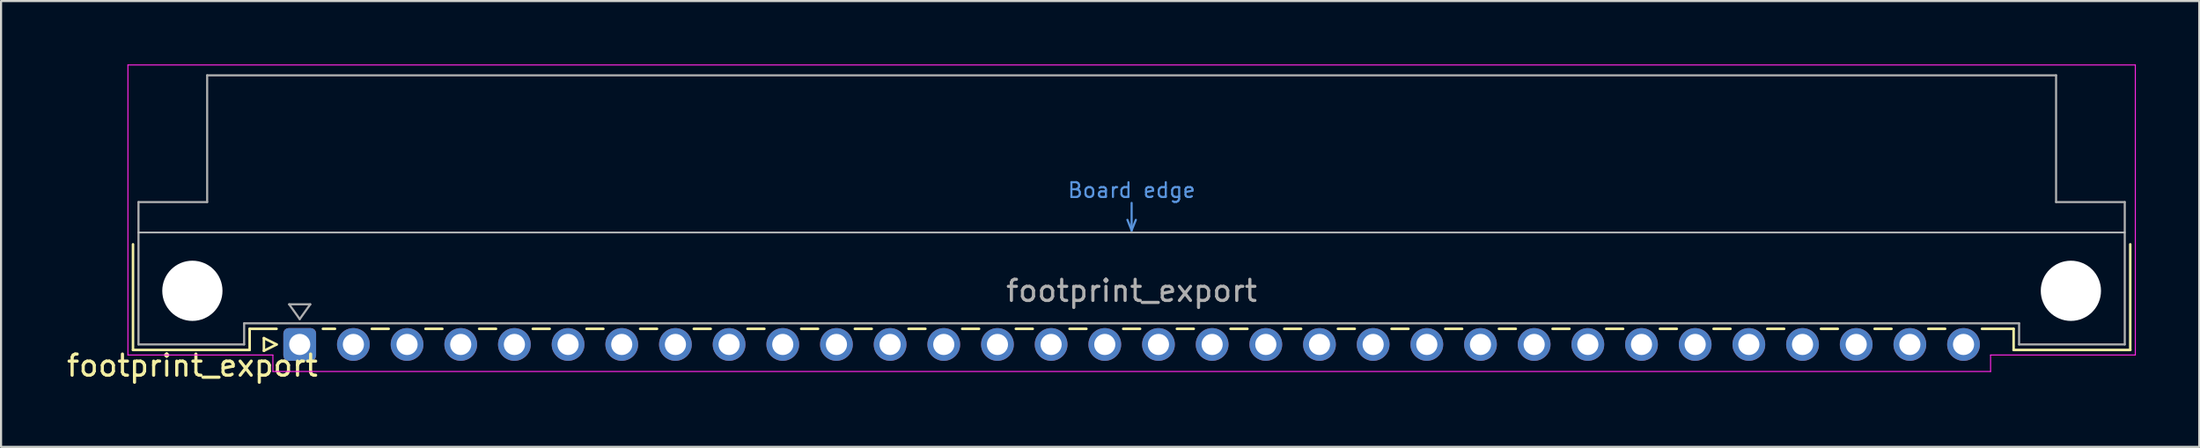
<source format=kicad_pcb>
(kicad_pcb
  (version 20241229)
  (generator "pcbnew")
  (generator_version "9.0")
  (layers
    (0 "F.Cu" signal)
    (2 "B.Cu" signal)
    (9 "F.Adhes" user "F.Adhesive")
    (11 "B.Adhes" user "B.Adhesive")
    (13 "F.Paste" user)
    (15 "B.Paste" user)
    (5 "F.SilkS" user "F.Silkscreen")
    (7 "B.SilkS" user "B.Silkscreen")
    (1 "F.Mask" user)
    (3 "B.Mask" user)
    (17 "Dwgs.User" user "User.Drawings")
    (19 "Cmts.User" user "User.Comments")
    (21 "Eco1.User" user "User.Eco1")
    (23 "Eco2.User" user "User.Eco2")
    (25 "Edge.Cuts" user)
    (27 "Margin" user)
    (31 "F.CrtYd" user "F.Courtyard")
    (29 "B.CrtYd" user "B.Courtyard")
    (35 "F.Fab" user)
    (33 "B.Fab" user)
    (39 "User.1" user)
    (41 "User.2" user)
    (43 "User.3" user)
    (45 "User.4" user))
  (footprint "footprint_export"
    (layer "F.Cu")
    (at 11.134 13.255)
    (property "Reference" "footprint_export" (at -5.08 1 0) (layer "F.SilkS") (effects (font (size 1 1) (thickness 0.15))))
    (attr through_hole)
    (fp_line (start -7.89 -4.74) (end -7.89 0.26) (stroke (width 0.12) (type solid)) (layer "F.SilkS"))
    (fp_line (start -7.89 0.26) (end -2.37 0.26) (stroke (width 0.12) (type solid)) (layer "F.SilkS"))
    (fp_line (start -2.371 -0.74) (end -1.095 -0.74) (stroke (width 0.12) (type solid)) (layer "F.SilkS"))
    (fp_line (start -2.37 0.26) (end -2.37 -0.74) (stroke (width 0.12) (type solid)) (layer "F.SilkS"))
    (fp_line (start -1.695 -0.3) (end -1.695 0.3) (stroke (width 0.12) (type solid)) (layer "F.SilkS"))
    (fp_line (start -1.695 0.3) (end -1.095 0) (stroke (width 0.12) (type solid)) (layer "F.SilkS"))
    (fp_line (start -1.095 0) (end -1.695 -0.3) (stroke (width 0.12) (type solid)) (layer "F.SilkS"))
    (fp_line (start 1.095 -0.74) (end 1.671 -0.74) (stroke (width 0.12) (type solid)) (layer "F.SilkS"))
    (fp_line (start 3.41 -0.74) (end 4.211 -0.74) (stroke (width 0.12) (type solid)) (layer "F.SilkS"))
    (fp_line (start 5.95 -0.74) (end 6.751 -0.74) (stroke (width 0.12) (type solid)) (layer "F.SilkS"))
    (fp_line (start 8.49 -0.74) (end 9.291 -0.74) (stroke (width 0.12) (type solid)) (layer "F.SilkS"))
    (fp_line (start 11.03 -0.74) (end 11.831 -0.74) (stroke (width 0.12) (type solid)) (layer "F.SilkS"))
    (fp_line (start 13.57 -0.74) (end 14.371 -0.74) (stroke (width 0.12) (type solid)) (layer "F.SilkS"))
    (fp_line (start 16.11 -0.74) (end 16.911 -0.74) (stroke (width 0.12) (type solid)) (layer "F.SilkS"))
    (fp_line (start 18.65 -0.74) (end 19.451 -0.74) (stroke (width 0.12) (type solid)) (layer "F.SilkS"))
    (fp_line (start 21.19 -0.74) (end 21.991 -0.74) (stroke (width 0.12) (type solid)) (layer "F.SilkS"))
    (fp_line (start 23.73 -0.74) (end 24.531 -0.74) (stroke (width 0.12) (type solid)) (layer "F.SilkS"))
    (fp_line (start 26.27 -0.74) (end 27.071 -0.74) (stroke (width 0.12) (type solid)) (layer "F.SilkS"))
    (fp_line (start 28.81 -0.74) (end 29.611 -0.74) (stroke (width 0.12) (type solid)) (layer "F.SilkS"))
    (fp_line (start 31.35 -0.74) (end 32.151 -0.74) (stroke (width 0.12) (type solid)) (layer "F.SilkS"))
    (fp_line (start 33.89 -0.74) (end 34.691 -0.74) (stroke (width 0.12) (type solid)) (layer "F.SilkS"))
    (fp_line (start 36.43 -0.74) (end 37.231 -0.74) (stroke (width 0.12) (type solid)) (layer "F.SilkS"))
    (fp_line (start 38.97 -0.74) (end 39.771 -0.74) (stroke (width 0.12) (type solid)) (layer "F.SilkS"))
    (fp_line (start 41.51 -0.74) (end 42.311 -0.74) (stroke (width 0.12) (type solid)) (layer "F.SilkS"))
    (fp_line (start 44.05 -0.74) (end 44.851 -0.74) (stroke (width 0.12) (type solid)) (layer "F.SilkS"))
    (fp_line (start 46.59 -0.74) (end 47.391 -0.74) (stroke (width 0.12) (type solid)) (layer "F.SilkS"))
    (fp_line (start 49.13 -0.74) (end 49.931 -0.74) (stroke (width 0.12) (type solid)) (layer "F.SilkS"))
    (fp_line (start 51.67 -0.74) (end 52.471 -0.74) (stroke (width 0.12) (type solid)) (layer "F.SilkS"))
    (fp_line (start 54.21 -0.74) (end 55.011 -0.74) (stroke (width 0.12) (type solid)) (layer "F.SilkS"))
    (fp_line (start 56.75 -0.74) (end 57.551 -0.74) (stroke (width 0.12) (type solid)) (layer "F.SilkS"))
    (fp_line (start 59.29 -0.74) (end 60.091 -0.74) (stroke (width 0.12) (type solid)) (layer "F.SilkS"))
    (fp_line (start 61.83 -0.74) (end 62.631 -0.74) (stroke (width 0.12) (type solid)) (layer "F.SilkS"))
    (fp_line (start 64.37 -0.74) (end 65.171 -0.74) (stroke (width 0.12) (type solid)) (layer "F.SilkS"))
    (fp_line (start 66.91 -0.74) (end 67.711 -0.74) (stroke (width 0.12) (type solid)) (layer "F.SilkS"))
    (fp_line (start 69.45 -0.74) (end 70.251 -0.74) (stroke (width 0.12) (type solid)) (layer "F.SilkS"))
    (fp_line (start 71.99 -0.74) (end 72.791 -0.74) (stroke (width 0.12) (type solid)) (layer "F.SilkS"))
    (fp_line (start 74.53 -0.74) (end 75.331 -0.74) (stroke (width 0.12) (type solid)) (layer "F.SilkS"))
    (fp_line (start 77.07 -0.74) (end 77.871 -0.74) (stroke (width 0.12) (type solid)) (layer "F.SilkS"))
    (fp_line (start 79.61 -0.74) (end 81.11 -0.74) (stroke (width 0.12) (type solid)) (layer "F.SilkS"))
    (fp_line (start 81.11 0.26) (end 81.11 -0.74) (stroke (width 0.12) (type solid)) (layer "F.SilkS"))
    (fp_line (start 86.63 -4.74) (end 86.63 0.26) (stroke (width 0.12) (type solid)) (layer "F.SilkS"))
    (fp_line (start 86.63 0.26) (end 81.11 0.26) (stroke (width 0.12) (type solid)) (layer "F.SilkS"))
    (fp_line (start -7.63 -5.3) (end 86.37 -5.3) (stroke (width 0.08) (type solid)) (layer "Dwgs.User"))
    (fp_line (start 39.17 -5.9) (end 39.37 -5.4) (stroke (width 0.1) (type solid)) (layer "Cmts.User"))
    (fp_line (start 39.37 -5.4) (end 39.37 -6.7) (stroke (width 0.1) (type solid)) (layer "Cmts.User"))
    (fp_line (start 39.37 -5.4) (end 39.57 -5.9) (stroke (width 0.1) (type solid)) (layer "Cmts.User"))
    (fp_line (start -8.13 -13.23) (end -8.13 0.5) (stroke (width 0.05) (type solid)) (layer "F.CrtYd"))
    (fp_line (start -8.13 0.5) (end -1.27 0.5) (stroke (width 0.05) (type solid)) (layer "F.CrtYd"))
    (fp_line (start -1.27 0.5) (end -1.27 1.28) (stroke (width 0.05) (type solid)) (layer "F.CrtYd"))
    (fp_line (start -1.27 1.28) (end 80.02 1.28) (stroke (width 0.05) (type solid)) (layer "F.CrtYd"))
    (fp_line (start 80.02 0.5) (end 86.87 0.5) (stroke (width 0.05) (type solid)) (layer "F.CrtYd"))
    (fp_line (start 80.02 1.28) (end 80.02 0.5) (stroke (width 0.05) (type solid)) (layer "F.CrtYd"))
    (fp_line (start 86.87 -13.23) (end -8.13 -13.23) (stroke (width 0.05) (type solid)) (layer "F.CrtYd"))
    (fp_line (start 86.87 0.5) (end 86.87 -13.23) (stroke (width 0.05) (type solid)) (layer "F.CrtYd"))
    (fp_line (start -7.63 -6.74) (end -7.63 0) (stroke (width 0.1) (type solid)) (layer "F.Fab"))
    (fp_line (start -7.63 0) (end -2.63 0) (stroke (width 0.1) (type solid)) (layer "F.Fab"))
    (fp_line (start -4.38 -12.74) (end -4.38 -6.74) (stroke (width 0.1) (type solid)) (layer "F.Fab"))
    (fp_line (start -4.38 -6.74) (end -7.63 -6.74) (stroke (width 0.1) (type solid)) (layer "F.Fab"))
    (fp_line (start -2.63 -1) (end 81.37 -1) (stroke (width 0.1) (type solid)) (layer "F.Fab"))
    (fp_line (start -2.63 0) (end -2.63 -1) (stroke (width 0.1) (type solid)) (layer "F.Fab"))
    (fp_line (start -0.5 -1.9) (end 0.5 -1.9) (stroke (width 0.1) (type solid)) (layer "F.Fab"))
    (fp_line (start 0 -1.2) (end -0.5 -1.9) (stroke (width 0.1) (type solid)) (layer "F.Fab"))
    (fp_line (start 0.5 -1.9) (end 0 -1.2) (stroke (width 0.1) (type solid)) (layer "F.Fab"))
    (fp_line (start 81.37 -1) (end 81.37 0) (stroke (width 0.1) (type solid)) (layer "F.Fab"))
    (fp_line (start 81.37 0) (end 86.37 0) (stroke (width 0.1) (type solid)) (layer "F.Fab"))
    (fp_line (start 83.12 -12.74) (end -4.38 -12.74) (stroke (width 0.1) (type solid)) (layer "F.Fab"))
    (fp_line (start 83.12 -6.74) (end 83.12 -12.74) (stroke (width 0.1) (type solid)) (layer "F.Fab"))
    (fp_line (start 86.37 -6.74) (end 83.12 -6.74) (stroke (width 0.1) (type solid)) (layer "F.Fab"))
    (fp_line (start 86.37 0) (end 86.37 -6.74) (stroke (width 0.1) (type solid)) (layer "F.Fab"))
    (fp_text user "Board edge" (at 39.37 -7.3 0) (layer "Cmts.User") (effects (font (size 0.7 0.7) (thickness 0.1))))
    (fp_text user "${REFERENCE}" (at 39.37 -2.54 0) (layer "F.Fab") (effects (font (size 1 1) (thickness 0.15))))
    (pad "" np_thru_hole circle (at -5.08 -2.54) (size 2.85 2.85) (drill 2.85) (layers "*.Cu" "*.Mask"))
    (pad "" np_thru_hole circle (at 83.82 -2.54) (size 2.85 2.85) (drill 2.85) (layers "*.Cu" "*.Mask"))
    (pad "a1" thru_hole roundrect (at 0 0) (size 1.55 1.55) (drill 1) (layers "*.Cu" "*.Mask") (roundrect_rratio 0.161))
    (pad "a2" thru_hole circle (at 2.54 0) (size 1.55 1.55) (drill 1) (layers "*.Cu" "*.Mask"))
    (pad "a3" thru_hole circle (at 5.08 0) (size 1.55 1.55) (drill 1) (layers "*.Cu" "*.Mask"))
    (pad "a4" thru_hole circle (at 7.62 0) (size 1.55 1.55) (drill 1) (layers "*.Cu" "*.Mask"))
    (pad "a5" thru_hole circle (at 10.16 0) (size 1.55 1.55) (drill 1) (layers "*.Cu" "*.Mask"))
    (pad "a6" thru_hole circle (at 12.7 0) (size 1.55 1.55) (drill 1) (layers "*.Cu" "*.Mask"))
    (pad "a7" thru_hole circle (at 15.24 0) (size 1.55 1.55) (drill 1) (layers "*.Cu" "*.Mask"))
    (pad "a8" thru_hole circle (at 17.78 0) (size 1.55 1.55) (drill 1) (layers "*.Cu" "*.Mask"))
    (pad "a9" thru_hole circle (at 20.32 0) (size 1.55 1.55) (drill 1) (layers "*.Cu" "*.Mask"))
    (pad "a10" thru_hole circle (at 22.86 0) (size 1.55 1.55) (drill 1) (layers "*.Cu" "*.Mask"))
    (pad "a11" thru_hole circle (at 25.4 0) (size 1.55 1.55) (drill 1) (layers "*.Cu" "*.Mask"))
    (pad "a12" thru_hole circle (at 27.94 0) (size 1.55 1.55) (drill 1) (layers "*.Cu" "*.Mask"))
    (pad "a13" thru_hole circle (at 30.48 0) (size 1.55 1.55) (drill 1) (layers "*.Cu" "*.Mask"))
    (pad "a14" thru_hole circle (at 33.02 0) (size 1.55 1.55) (drill 1) (layers "*.Cu" "*.Mask"))
    (pad "a15" thru_hole circle (at 35.56 0) (size 1.55 1.55) (drill 1) (layers "*.Cu" "*.Mask"))
    (pad "a16" thru_hole circle (at 38.1 0) (size 1.55 1.55) (drill 1) (layers "*.Cu" "*.Mask"))
    (pad "a17" thru_hole circle (at 40.64 0) (size 1.55 1.55) (drill 1) (layers "*.Cu" "*.Mask"))
    (pad "a18" thru_hole circle (at 43.18 0) (size 1.55 1.55) (drill 1) (layers "*.Cu" "*.Mask"))
    (pad "a19" thru_hole circle (at 45.72 0) (size 1.55 1.55) (drill 1) (layers "*.Cu" "*.Mask"))
    (pad "a20" thru_hole circle (at 48.26 0) (size 1.55 1.55) (drill 1) (layers "*.Cu" "*.Mask"))
    (pad "a21" thru_hole circle (at 50.8 0) (size 1.55 1.55) (drill 1) (layers "*.Cu" "*.Mask"))
    (pad "a22" thru_hole circle (at 53.34 0) (size 1.55 1.55) (drill 1) (layers "*.Cu" "*.Mask"))
    (pad "a23" thru_hole circle (at 55.88 0) (size 1.55 1.55) (drill 1) (layers "*.Cu" "*.Mask"))
    (pad "a24" thru_hole circle (at 58.42 0) (size 1.55 1.55) (drill 1) (layers "*.Cu" "*.Mask"))
    (pad "a25" thru_hole circle (at 60.96 0) (size 1.55 1.55) (drill 1) (layers "*.Cu" "*.Mask"))
    (pad "a26" thru_hole circle (at 63.5 0) (size 1.55 1.55) (drill 1) (layers "*.Cu" "*.Mask"))
    (pad "a27" thru_hole circle (at 66.04 0) (size 1.55 1.55) (drill 1) (layers "*.Cu" "*.Mask"))
    (pad "a28" thru_hole circle (at 68.58 0) (size 1.55 1.55) (drill 1) (layers "*.Cu" "*.Mask"))
    (pad "a29" thru_hole circle (at 71.12 0) (size 1.55 1.55) (drill 1) (layers "*.Cu" "*.Mask"))
    (pad "a30" thru_hole circle (at 73.66 0) (size 1.55 1.55) (drill 1) (layers "*.Cu" "*.Mask"))
    (pad "a31" thru_hole circle (at 76.2 0) (size 1.55 1.55) (drill 1) (layers "*.Cu" "*.Mask"))
    (pad "a32" thru_hole circle (at 78.74 0) (size 1.55 1.55) (drill 1) (layers "*.Cu" "*.Mask")))
  (gr_rect
    (start -3 -3)
    (end 101.029 18.103)
    (stroke (width 0.1) (type default))
    (fill no)
    (layer "Edge.Cuts")))
</source>
